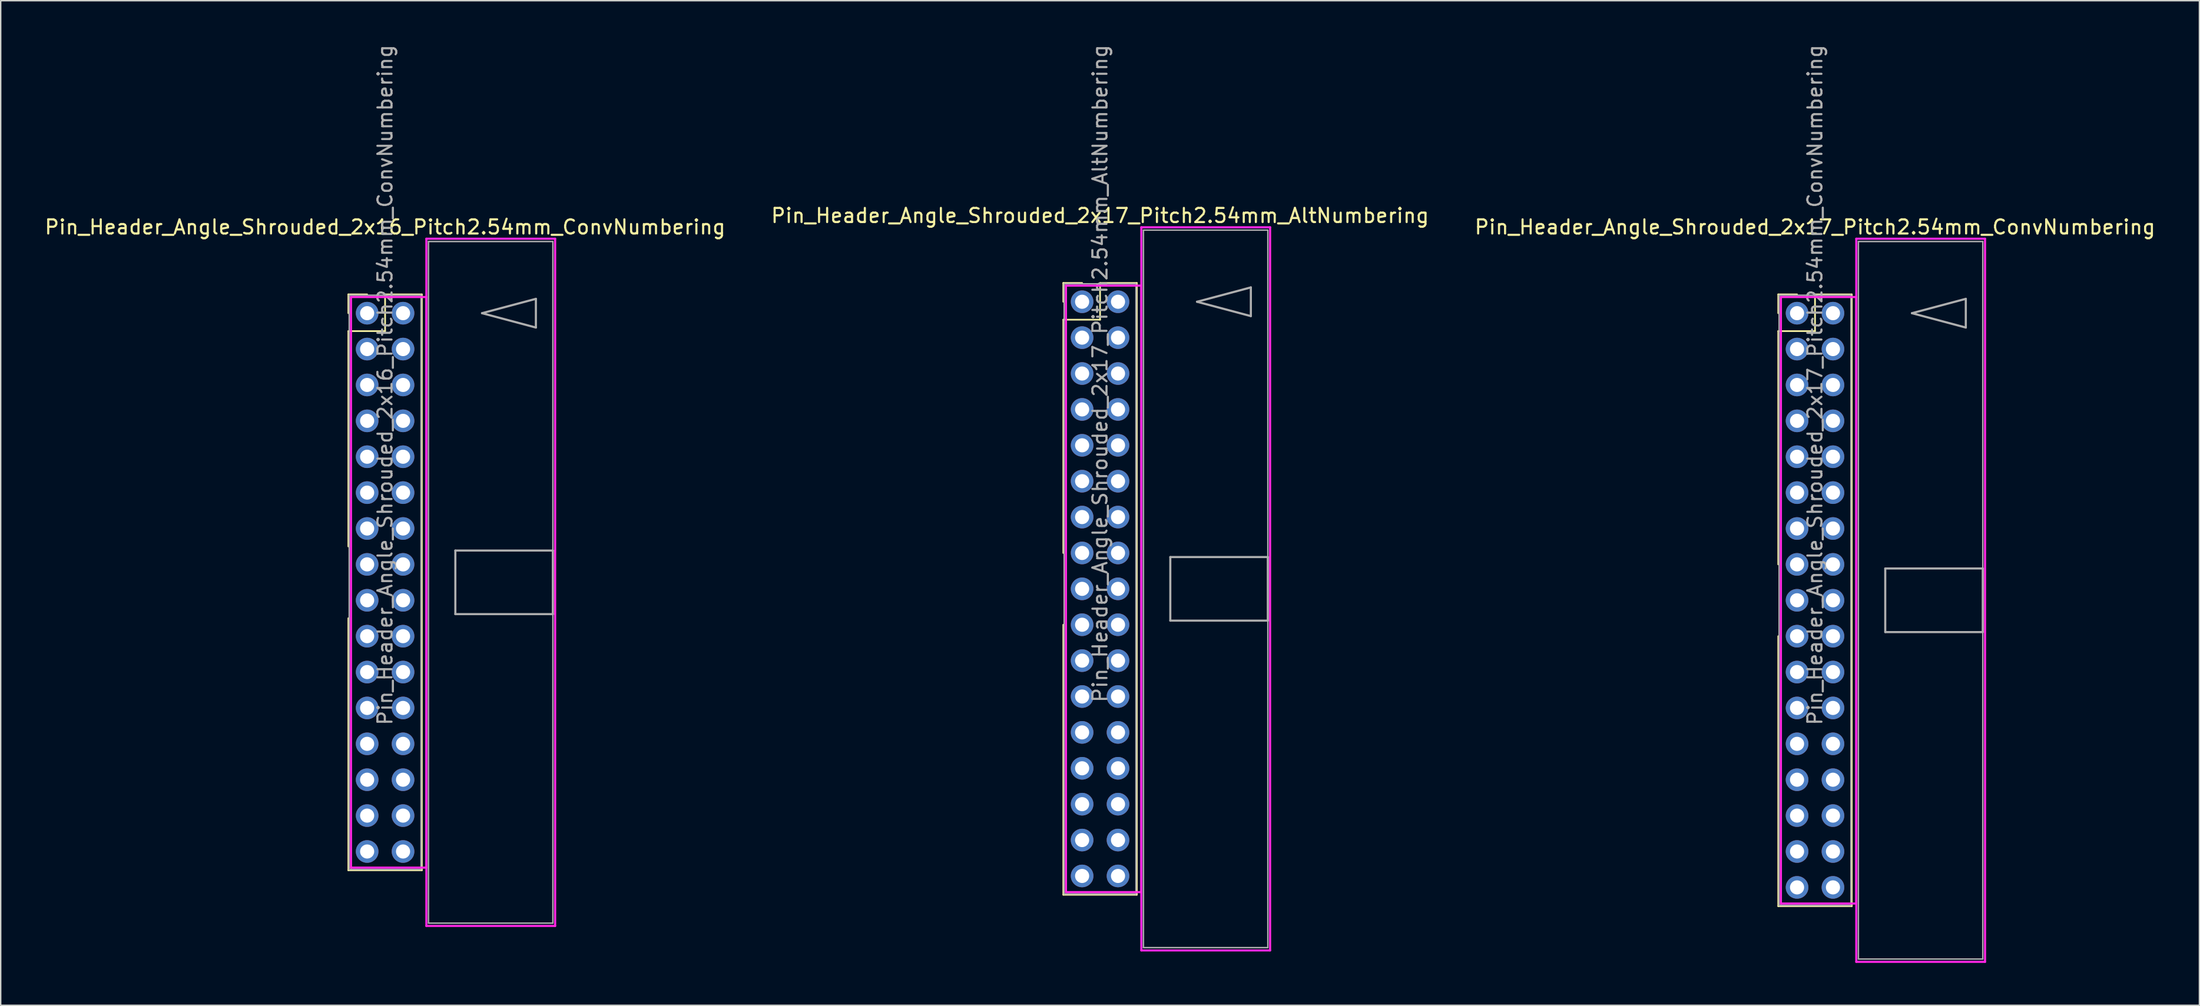
<source format=kicad_pcb>
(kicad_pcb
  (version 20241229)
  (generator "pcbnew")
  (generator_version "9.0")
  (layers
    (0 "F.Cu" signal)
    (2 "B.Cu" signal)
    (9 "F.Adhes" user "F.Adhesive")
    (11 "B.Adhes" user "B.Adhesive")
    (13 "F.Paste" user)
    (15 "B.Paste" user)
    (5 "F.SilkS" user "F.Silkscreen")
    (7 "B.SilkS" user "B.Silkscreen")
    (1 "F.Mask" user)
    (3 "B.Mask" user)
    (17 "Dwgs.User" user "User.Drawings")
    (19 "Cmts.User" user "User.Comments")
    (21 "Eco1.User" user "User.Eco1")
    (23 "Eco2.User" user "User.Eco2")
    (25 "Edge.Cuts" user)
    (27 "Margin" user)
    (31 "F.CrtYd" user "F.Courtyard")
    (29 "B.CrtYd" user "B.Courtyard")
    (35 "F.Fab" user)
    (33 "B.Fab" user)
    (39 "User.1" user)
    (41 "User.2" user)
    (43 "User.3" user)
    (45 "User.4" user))
  (footprint "Pin_Header_Angle_Shrouded_2x17_Pitch2.54mm_ConvNumbering"
    (layer "F.Cu")
    (at 124.093 19.116)
    (property "Reference" "Pin_Header_Angle_Shrouded_2x17_Pitch2.54mm_ConvNumbering" (at 1.27 -6.096 0) (layer "F.SilkS") (effects (font (size 1 1) (thickness 0.15))))
    (attr through_hole)
    (fp_line (start -1.33 -1.33) (end 0 -1.33) (stroke (width 0.12) (type solid)) (layer "F.SilkS"))
    (fp_line (start -1.33 0) (end -1.33 -1.33) (stroke (width 0.12) (type solid)) (layer "F.SilkS"))
    (fp_line (start -1.33 1.27) (end -1.33 17.78) (stroke (width 0.12) (type solid)) (layer "F.SilkS"))
    (fp_line (start -1.33 1.27) (end 1.27 1.27) (stroke (width 0.12) (type solid)) (layer "F.SilkS"))
    (fp_line (start -1.33 22.86) (end -1.33 41.97) (stroke (width 0.12) (type solid)) (layer "F.SilkS"))
    (fp_line (start -1.33 41.97) (end 3.87 41.97) (stroke (width 0.12) (type solid)) (layer "F.SilkS"))
    (fp_line (start 1.27 -1.33) (end 3.87 -1.33) (stroke (width 0.12) (type solid)) (layer "F.SilkS"))
    (fp_line (start 1.27 1.27) (end 1.27 -1.33) (stroke (width 0.12) (type solid)) (layer "F.SilkS"))
    (fp_line (start 3.87 -1.33) (end 3.87 41.97) (stroke (width 0.12) (type solid)) (layer "F.SilkS"))
    (fp_line (start -1.143 -1.143) (end -1.143 41.783) (stroke (width 0.15) (type solid)) (layer "F.CrtYd"))
    (fp_line (start -1.143 41.783) (end 4.19 41.783) (stroke (width 0.15) (type solid)) (layer "F.CrtYd"))
    (fp_line (start 4.19 -5.27) (end 4.19 45.91) (stroke (width 0.15) (type solid)) (layer "F.CrtYd"))
    (fp_line (start 4.19 -1.143) (end -1.143 -1.143) (stroke (width 0.15) (type solid)) (layer "F.CrtYd"))
    (fp_line (start 4.19 41.783) (end 4.19 -1.143) (stroke (width 0.15) (type solid)) (layer "F.CrtYd"))
    (fp_line (start 4.19 45.91) (end 13.3 45.91) (stroke (width 0.15) (type solid)) (layer "F.CrtYd"))
    (fp_line (start 13.3 -5.27) (end 4.19 -5.27) (stroke (width 0.15) (type solid)) (layer "F.CrtYd"))
    (fp_line (start 13.3 45.91) (end 13.3 -5.27) (stroke (width 0.15) (type solid)) (layer "F.CrtYd"))
    (fp_line (start -1.27 -1.27) (end -1.27 41.91) (stroke (width 0.1) (type solid)) (layer "F.Fab"))
    (fp_line (start -1.27 41.91) (end 3.81 41.91) (stroke (width 0.1) (type solid)) (layer "F.Fab"))
    (fp_line (start 3.81 -1.27) (end -1.27 -1.27) (stroke (width 0.1) (type solid)) (layer "F.Fab"))
    (fp_line (start 3.81 41.91) (end 3.81 -1.27) (stroke (width 0.1) (type solid)) (layer "F.Fab"))
    (fp_line (start 4.34 -5.07) (end 4.34 45.71) (stroke (width 0.1) (type solid)) (layer "F.Fab"))
    (fp_line (start 4.34 45.71) (end 13.14 45.71) (stroke (width 0.1) (type solid)) (layer "F.Fab"))
    (fp_line (start 6.24 18.07) (end 6.24 22.57) (stroke (width 0.15) (type solid)) (layer "F.Fab"))
    (fp_line (start 6.24 22.57) (end 13.14 22.57) (stroke (width 0.15) (type solid)) (layer "F.Fab"))
    (fp_line (start 8.128 0) (end 11.938 -1.016) (stroke (width 0.15) (type solid)) (layer "F.Fab"))
    (fp_line (start 11.938 -1.016) (end 11.938 1.016) (stroke (width 0.15) (type solid)) (layer "F.Fab"))
    (fp_line (start 11.938 1.016) (end 8.128 0) (stroke (width 0.15) (type solid)) (layer "F.Fab"))
    (fp_line (start 13.14 -5.07) (end 4.34 -5.07) (stroke (width 0.1) (type solid)) (layer "F.Fab"))
    (fp_line (start 13.14 18.07) (end 6.24 18.07) (stroke (width 0.15) (type solid)) (layer "F.Fab"))
    (fp_line (start 13.14 22.57) (end 13.14 18.07) (stroke (width 0.15) (type solid)) (layer "F.Fab"))
    (fp_line (start 13.14 45.71) (end 13.14 -5.07) (stroke (width 0.1) (type solid)) (layer "F.Fab"))
    (fp_text user "${REFERENCE}" (at 1.27 5.08 90) (layer "F.Fab") (effects (font (size 1 1) (thickness 0.15))))
    (pad "1" thru_hole oval (at 0 0) (size 1.6 1.6) (drill 1) (layers "*.Cu" "*.Mask"))
    (pad "2" thru_hole oval (at 2.54 0) (size 1.6 1.6) (drill 1) (layers "*.Cu" "*.Mask"))
    (pad "3" thru_hole oval (at 0 2.54) (size 1.6 1.6) (drill 1) (layers "*.Cu" "*.Mask"))
    (pad "4" thru_hole oval (at 2.54 2.54) (size 1.6 1.6) (drill 1) (layers "*.Cu" "*.Mask"))
    (pad "5" thru_hole oval (at 0 5.08) (size 1.6 1.6) (drill 1) (layers "*.Cu" "*.Mask"))
    (pad "6" thru_hole oval (at 2.54 5.08) (size 1.6 1.6) (drill 1) (layers "*.Cu" "*.Mask"))
    (pad "7" thru_hole oval (at 0 7.62) (size 1.6 1.6) (drill 1) (layers "*.Cu" "*.Mask"))
    (pad "8" thru_hole oval (at 2.54 7.62) (size 1.6 1.6) (drill 1) (layers "*.Cu" "*.Mask"))
    (pad "9" thru_hole oval (at 0 10.16) (size 1.6 1.6) (drill 1) (layers "*.Cu" "*.Mask"))
    (pad "10" thru_hole oval (at 2.54 10.16) (size 1.6 1.6) (drill 1) (layers "*.Cu" "*.Mask"))
    (pad "11" thru_hole oval (at 0 12.7) (size 1.6 1.6) (drill 1) (layers "*.Cu" "*.Mask"))
    (pad "12" thru_hole oval (at 2.54 12.7) (size 1.6 1.6) (drill 1) (layers "*.Cu" "*.Mask"))
    (pad "13" thru_hole oval (at 0 15.24) (size 1.6 1.6) (drill 1) (layers "*.Cu" "*.Mask"))
    (pad "14" thru_hole oval (at 2.54 15.24) (size 1.6 1.6) (drill 1) (layers "*.Cu" "*.Mask"))
    (pad "15" thru_hole oval (at 0 17.78) (size 1.6 1.6) (drill 1) (layers "*.Cu" "*.Mask"))
    (pad "16" thru_hole oval (at 2.54 17.78) (size 1.6 1.6) (drill 1) (layers "*.Cu" "*.Mask"))
    (pad "17" thru_hole oval (at 0 20.32) (size 1.6 1.6) (drill 1) (layers "*.Cu" "*.Mask"))
    (pad "18" thru_hole oval (at 2.54 20.32) (size 1.6 1.6) (drill 1) (layers "*.Cu" "*.Mask"))
    (pad "19" thru_hole oval (at 0 22.86) (size 1.6 1.6) (drill 1) (layers "*.Cu" "*.Mask"))
    (pad "20" thru_hole oval (at 2.54 22.86) (size 1.6 1.6) (drill 1) (layers "*.Cu" "*.Mask"))
    (pad "21" thru_hole oval (at 0 25.4) (size 1.6 1.6) (drill 1) (layers "*.Cu" "*.Mask"))
    (pad "22" thru_hole oval (at 2.54 25.4) (size 1.6 1.6) (drill 1) (layers "*.Cu" "*.Mask"))
    (pad "23" thru_hole oval (at 0 27.94) (size 1.6 1.6) (drill 1) (layers "*.Cu" "*.Mask"))
    (pad "24" thru_hole oval (at 2.54 27.94) (size 1.6 1.6) (drill 1) (layers "*.Cu" "*.Mask"))
    (pad "25" thru_hole oval (at 0 30.48) (size 1.6 1.6) (drill 1) (layers "*.Cu" "*.Mask"))
    (pad "26" thru_hole oval (at 2.54 30.48) (size 1.6 1.6) (drill 1) (layers "*.Cu" "*.Mask"))
    (pad "27" thru_hole oval (at 0 33.02) (size 1.6 1.6) (drill 1) (layers "*.Cu" "*.Mask"))
    (pad "28" thru_hole oval (at 2.54 33.02) (size 1.6 1.6) (drill 1) (layers "*.Cu" "*.Mask"))
    (pad "29" thru_hole oval (at 0 35.56) (size 1.6 1.6) (drill 1) (layers "*.Cu" "*.Mask"))
    (pad "30" thru_hole oval (at 2.54 35.56) (size 1.6 1.6) (drill 1) (layers "*.Cu" "*.Mask"))
    (pad "31" thru_hole oval (at 0 38.1) (size 1.6 1.6) (drill 1) (layers "*.Cu" "*.Mask"))
    (pad "32" thru_hole oval (at 2.54 38.1) (size 1.6 1.6) (drill 1) (layers "*.Cu" "*.Mask"))
    (pad "33" thru_hole oval (at 0 40.64) (size 1.6 1.6) (drill 1) (layers "*.Cu" "*.Mask"))
    (pad "34" thru_hole oval (at 2.54 40.64) (size 1.6 1.6) (drill 1) (layers "*.Cu" "*.Mask")))
  (footprint "Pin_Header_Angle_Shrouded_2x16_Pitch2.54mm_ConvNumbering"
    (layer "F.Cu")
    (at 22.926 19.116)
    (property "Reference" "Pin_Header_Angle_Shrouded_2x16_Pitch2.54mm_ConvNumbering" (at 1.27 -6.096 0) (layer "F.SilkS") (effects (font (size 1 1) (thickness 0.15))))
    (attr through_hole)
    (fp_line (start -1.33 -1.33) (end 0 -1.33) (stroke (width 0.12) (type solid)) (layer "F.SilkS"))
    (fp_line (start -1.33 0) (end -1.33 -1.33) (stroke (width 0.12) (type solid)) (layer "F.SilkS"))
    (fp_line (start -1.33 1.27) (end -1.33 16.51) (stroke (width 0.12) (type solid)) (layer "F.SilkS"))
    (fp_line (start -1.33 1.27) (end 1.27 1.27) (stroke (width 0.12) (type solid)) (layer "F.SilkS"))
    (fp_line (start -1.33 21.59) (end -1.33 39.43) (stroke (width 0.12) (type solid)) (layer "F.SilkS"))
    (fp_line (start -1.33 39.43) (end 3.87 39.43) (stroke (width 0.12) (type solid)) (layer "F.SilkS"))
    (fp_line (start 1.27 -1.33) (end 3.87 -1.33) (stroke (width 0.12) (type solid)) (layer "F.SilkS"))
    (fp_line (start 1.27 1.27) (end 1.27 -1.33) (stroke (width 0.12) (type solid)) (layer "F.SilkS"))
    (fp_line (start 3.87 -1.33) (end 3.87 39.43) (stroke (width 0.12) (type solid)) (layer "F.SilkS"))
    (fp_line (start -1.143 -1.143) (end -1.143 39.243) (stroke (width 0.15) (type solid)) (layer "F.CrtYd"))
    (fp_line (start -1.143 39.243) (end 4.19 39.243) (stroke (width 0.15) (type solid)) (layer "F.CrtYd"))
    (fp_line (start 4.19 -5.27) (end 4.19 43.37) (stroke (width 0.15) (type solid)) (layer "F.CrtYd"))
    (fp_line (start 4.19 -1.143) (end -1.143 -1.143) (stroke (width 0.15) (type solid)) (layer "F.CrtYd"))
    (fp_line (start 4.19 39.243) (end 4.19 -1.143) (stroke (width 0.15) (type solid)) (layer "F.CrtYd"))
    (fp_line (start 4.19 43.37) (end 13.3 43.37) (stroke (width 0.15) (type solid)) (layer "F.CrtYd"))
    (fp_line (start 13.3 -5.27) (end 4.19 -5.27) (stroke (width 0.15) (type solid)) (layer "F.CrtYd"))
    (fp_line (start 13.3 43.37) (end 13.3 -5.27) (stroke (width 0.15) (type solid)) (layer "F.CrtYd"))
    (fp_line (start -1.27 -1.27) (end -1.27 39.37) (stroke (width 0.1) (type solid)) (layer "F.Fab"))
    (fp_line (start -1.27 39.37) (end 3.81 39.37) (stroke (width 0.1) (type solid)) (layer "F.Fab"))
    (fp_line (start 3.81 -1.27) (end -1.27 -1.27) (stroke (width 0.1) (type solid)) (layer "F.Fab"))
    (fp_line (start 3.81 39.37) (end 3.81 -1.27) (stroke (width 0.1) (type solid)) (layer "F.Fab"))
    (fp_line (start 4.34 -5.07) (end 4.34 43.17) (stroke (width 0.1) (type solid)) (layer "F.Fab"))
    (fp_line (start 4.34 43.17) (end 13.14 43.17) (stroke (width 0.1) (type solid)) (layer "F.Fab"))
    (fp_line (start 6.24 16.8) (end 6.24 21.3) (stroke (width 0.15) (type solid)) (layer "F.Fab"))
    (fp_line (start 6.24 21.3) (end 13.14 21.3) (stroke (width 0.15) (type solid)) (layer "F.Fab"))
    (fp_line (start 8.128 0) (end 11.938 -1.016) (stroke (width 0.15) (type solid)) (layer "F.Fab"))
    (fp_line (start 11.938 -1.016) (end 11.938 1.016) (stroke (width 0.15) (type solid)) (layer "F.Fab"))
    (fp_line (start 11.938 1.016) (end 8.128 0) (stroke (width 0.15) (type solid)) (layer "F.Fab"))
    (fp_line (start 13.14 -5.07) (end 4.34 -5.07) (stroke (width 0.1) (type solid)) (layer "F.Fab"))
    (fp_line (start 13.14 16.8) (end 6.24 16.8) (stroke (width 0.15) (type solid)) (layer "F.Fab"))
    (fp_line (start 13.14 21.3) (end 13.14 16.8) (stroke (width 0.15) (type solid)) (layer "F.Fab"))
    (fp_line (start 13.14 43.17) (end 13.14 -5.07) (stroke (width 0.1) (type solid)) (layer "F.Fab"))
    (fp_text user "${REFERENCE}" (at 1.27 5.08 90) (layer "F.Fab") (effects (font (size 1 1) (thickness 0.15))))
    (pad "1" thru_hole oval (at 0 0) (size 1.6 1.6) (drill 1) (layers "*.Cu" "*.Mask"))
    (pad "2" thru_hole oval (at 2.54 0) (size 1.6 1.6) (drill 1) (layers "*.Cu" "*.Mask"))
    (pad "3" thru_hole oval (at 0 2.54) (size 1.6 1.6) (drill 1) (layers "*.Cu" "*.Mask"))
    (pad "4" thru_hole oval (at 2.54 2.54) (size 1.6 1.6) (drill 1) (layers "*.Cu" "*.Mask"))
    (pad "5" thru_hole oval (at 0 5.08) (size 1.6 1.6) (drill 1) (layers "*.Cu" "*.Mask"))
    (pad "6" thru_hole oval (at 2.54 5.08) (size 1.6 1.6) (drill 1) (layers "*.Cu" "*.Mask"))
    (pad "7" thru_hole oval (at 0 7.62) (size 1.6 1.6) (drill 1) (layers "*.Cu" "*.Mask"))
    (pad "8" thru_hole oval (at 2.54 7.62) (size 1.6 1.6) (drill 1) (layers "*.Cu" "*.Mask"))
    (pad "9" thru_hole oval (at 0 10.16) (size 1.6 1.6) (drill 1) (layers "*.Cu" "*.Mask"))
    (pad "10" thru_hole oval (at 2.54 10.16) (size 1.6 1.6) (drill 1) (layers "*.Cu" "*.Mask"))
    (pad "11" thru_hole oval (at 0 12.7) (size 1.6 1.6) (drill 1) (layers "*.Cu" "*.Mask"))
    (pad "12" thru_hole oval (at 2.54 12.7) (size 1.6 1.6) (drill 1) (layers "*.Cu" "*.Mask"))
    (pad "13" thru_hole oval (at 0 15.24) (size 1.6 1.6) (drill 1) (layers "*.Cu" "*.Mask"))
    (pad "14" thru_hole oval (at 2.54 15.24) (size 1.6 1.6) (drill 1) (layers "*.Cu" "*.Mask"))
    (pad "15" thru_hole oval (at 0 17.78) (size 1.6 1.6) (drill 1) (layers "*.Cu" "*.Mask"))
    (pad "16" thru_hole oval (at 2.54 17.78) (size 1.6 1.6) (drill 1) (layers "*.Cu" "*.Mask"))
    (pad "17" thru_hole oval (at 0 20.32) (size 1.6 1.6) (drill 1) (layers "*.Cu" "*.Mask"))
    (pad "18" thru_hole oval (at 2.54 20.32) (size 1.6 1.6) (drill 1) (layers "*.Cu" "*.Mask"))
    (pad "19" thru_hole oval (at 0 22.86) (size 1.6 1.6) (drill 1) (layers "*.Cu" "*.Mask"))
    (pad "20" thru_hole oval (at 2.54 22.86) (size 1.6 1.6) (drill 1) (layers "*.Cu" "*.Mask"))
    (pad "21" thru_hole oval (at 0 25.4) (size 1.6 1.6) (drill 1) (layers "*.Cu" "*.Mask"))
    (pad "22" thru_hole oval (at 2.54 25.4) (size 1.6 1.6) (drill 1) (layers "*.Cu" "*.Mask"))
    (pad "23" thru_hole oval (at 0 27.94) (size 1.6 1.6) (drill 1) (layers "*.Cu" "*.Mask"))
    (pad "24" thru_hole oval (at 2.54 27.94) (size 1.6 1.6) (drill 1) (layers "*.Cu" "*.Mask"))
    (pad "25" thru_hole oval (at 0 30.48) (size 1.6 1.6) (drill 1) (layers "*.Cu" "*.Mask"))
    (pad "26" thru_hole oval (at 2.54 30.48) (size 1.6 1.6) (drill 1) (layers "*.Cu" "*.Mask"))
    (pad "27" thru_hole oval (at 0 33.02) (size 1.6 1.6) (drill 1) (layers "*.Cu" "*.Mask"))
    (pad "28" thru_hole oval (at 2.54 33.02) (size 1.6 1.6) (drill 1) (layers "*.Cu" "*.Mask"))
    (pad "29" thru_hole oval (at 0 35.56) (size 1.6 1.6) (drill 1) (layers "*.Cu" "*.Mask"))
    (pad "30" thru_hole oval (at 2.54 35.56) (size 1.6 1.6) (drill 1) (layers "*.Cu" "*.Mask"))
    (pad "31" thru_hole oval (at 0 38.1) (size 1.6 1.6) (drill 1) (layers "*.Cu" "*.Mask"))
    (pad "32" thru_hole oval (at 2.54 38.1) (size 1.6 1.6) (drill 1) (layers "*.Cu" "*.Mask")))
  (footprint "Pin_Header_Angle_Shrouded_2x17_Pitch2.54mm_AltNumbering"
    (layer "F.Cu")
    (at 73.51 18.307)
    (property "Reference" "Pin_Header_Angle_Shrouded_2x17_Pitch2.54mm_AltNumbering" (at 1.27 -6.096 0) (layer "F.SilkS") (effects (font (size 1 1) (thickness 0.15))))
    (attr through_hole)
    (fp_line (start -1.33 -1.33) (end 0 -1.33) (stroke (width 0.12) (type solid)) (layer "F.SilkS"))
    (fp_line (start -1.33 0) (end -1.33 -1.33) (stroke (width 0.12) (type solid)) (layer "F.SilkS"))
    (fp_line (start -1.33 1.27) (end -1.33 17.78) (stroke (width 0.12) (type solid)) (layer "F.SilkS"))
    (fp_line (start -1.33 1.27) (end 1.27 1.27) (stroke (width 0.12) (type solid)) (layer "F.SilkS"))
    (fp_line (start -1.33 22.86) (end -1.33 41.97) (stroke (width 0.12) (type solid)) (layer "F.SilkS"))
    (fp_line (start -1.33 41.97) (end 3.87 41.97) (stroke (width 0.12) (type solid)) (layer "F.SilkS"))
    (fp_line (start 1.27 -1.33) (end 3.87 -1.33) (stroke (width 0.12) (type solid)) (layer "F.SilkS"))
    (fp_line (start 1.27 1.27) (end 1.27 -1.33) (stroke (width 0.12) (type solid)) (layer "F.SilkS"))
    (fp_line (start 3.87 -1.33) (end 3.87 41.97) (stroke (width 0.12) (type solid)) (layer "F.SilkS"))
    (fp_line (start -1.143 -1.143) (end -1.143 41.783) (stroke (width 0.15) (type solid)) (layer "F.CrtYd"))
    (fp_line (start -1.143 41.783) (end 4.19 41.783) (stroke (width 0.15) (type solid)) (layer "F.CrtYd"))
    (fp_line (start 4.19 -5.27) (end 4.19 45.91) (stroke (width 0.15) (type solid)) (layer "F.CrtYd"))
    (fp_line (start 4.19 -1.143) (end -1.143 -1.143) (stroke (width 0.15) (type solid)) (layer "F.CrtYd"))
    (fp_line (start 4.19 41.783) (end 4.19 -1.143) (stroke (width 0.15) (type solid)) (layer "F.CrtYd"))
    (fp_line (start 4.19 45.91) (end 13.3 45.91) (stroke (width 0.15) (type solid)) (layer "F.CrtYd"))
    (fp_line (start 13.3 -5.27) (end 4.19 -5.27) (stroke (width 0.15) (type solid)) (layer "F.CrtYd"))
    (fp_line (start 13.3 45.91) (end 13.3 -5.27) (stroke (width 0.15) (type solid)) (layer "F.CrtYd"))
    (fp_line (start -1.27 -1.27) (end -1.27 41.91) (stroke (width 0.1) (type solid)) (layer "F.Fab"))
    (fp_line (start -1.27 41.91) (end 3.81 41.91) (stroke (width 0.1) (type solid)) (layer "F.Fab"))
    (fp_line (start 3.81 -1.27) (end -1.27 -1.27) (stroke (width 0.1) (type solid)) (layer "F.Fab"))
    (fp_line (start 3.81 41.91) (end 3.81 -1.27) (stroke (width 0.1) (type solid)) (layer "F.Fab"))
    (fp_line (start 4.34 -5.07) (end 4.34 45.71) (stroke (width 0.1) (type solid)) (layer "F.Fab"))
    (fp_line (start 4.34 45.71) (end 13.14 45.71) (stroke (width 0.1) (type solid)) (layer "F.Fab"))
    (fp_line (start 6.24 18.07) (end 6.24 22.57) (stroke (width 0.15) (type solid)) (layer "F.Fab"))
    (fp_line (start 6.24 22.57) (end 13.14 22.57) (stroke (width 0.15) (type solid)) (layer "F.Fab"))
    (fp_line (start 8.128 0) (end 11.938 -1.016) (stroke (width 0.15) (type solid)) (layer "F.Fab"))
    (fp_line (start 11.938 -1.016) (end 11.938 1.016) (stroke (width 0.15) (type solid)) (layer "F.Fab"))
    (fp_line (start 11.938 1.016) (end 8.128 0) (stroke (width 0.15) (type solid)) (layer "F.Fab"))
    (fp_line (start 13.14 -5.07) (end 4.34 -5.07) (stroke (width 0.1) (type solid)) (layer "F.Fab"))
    (fp_line (start 13.14 18.07) (end 6.24 18.07) (stroke (width 0.15) (type solid)) (layer "F.Fab"))
    (fp_line (start 13.14 22.57) (end 13.14 18.07) (stroke (width 0.15) (type solid)) (layer "F.Fab"))
    (fp_line (start 13.14 45.71) (end 13.14 -5.07) (stroke (width 0.1) (type solid)) (layer "F.Fab"))
    (fp_text user "${REFERENCE}" (at 1.27 5.08 90) (layer "F.Fab") (effects (font (size 1 1) (thickness 0.15))))
    (pad "1" thru_hole oval (at 0 0) (size 1.6 1.6) (drill 1) (layers "*.Cu" "*.Mask"))
    (pad "2" thru_hole oval (at 0 2.54) (size 1.6 1.6) (drill 1) (layers "*.Cu" "*.Mask"))
    (pad "3" thru_hole oval (at 0 5.08) (size 1.6 1.6) (drill 1) (layers "*.Cu" "*.Mask"))
    (pad "4" thru_hole oval (at 0 7.62) (size 1.6 1.6) (drill 1) (layers "*.Cu" "*.Mask"))
    (pad "5" thru_hole oval (at 0 10.16) (size 1.6 1.6) (drill 1) (layers "*.Cu" "*.Mask"))
    (pad "6" thru_hole oval (at 0 12.7) (size 1.6 1.6) (drill 1) (layers "*.Cu" "*.Mask"))
    (pad "7" thru_hole oval (at 0 15.24) (size 1.6 1.6) (drill 1) (layers "*.Cu" "*.Mask"))
    (pad "8" thru_hole oval (at 0 17.78) (size 1.6 1.6) (drill 1) (layers "*.Cu" "*.Mask"))
    (pad "9" thru_hole oval (at 0 20.32) (size 1.6 1.6) (drill 1) (layers "*.Cu" "*.Mask"))
    (pad "10" thru_hole oval (at 0 22.86) (size 1.6 1.6) (drill 1) (layers "*.Cu" "*.Mask"))
    (pad "11" thru_hole oval (at 0 25.4) (size 1.6 1.6) (drill 1) (layers "*.Cu" "*.Mask"))
    (pad "12" thru_hole oval (at 0 27.94) (size 1.6 1.6) (drill 1) (layers "*.Cu" "*.Mask"))
    (pad "13" thru_hole oval (at 0 30.48) (size 1.6 1.6) (drill 1) (layers "*.Cu" "*.Mask"))
    (pad "14" thru_hole oval (at 0 33.02) (size 1.6 1.6) (drill 1) (layers "*.Cu" "*.Mask"))
    (pad "15" thru_hole oval (at 0 35.56) (size 1.6 1.6) (drill 1) (layers "*.Cu" "*.Mask"))
    (pad "16" thru_hole oval (at 0 38.1) (size 1.6 1.6) (drill 1) (layers "*.Cu" "*.Mask"))
    (pad "17" thru_hole oval (at 0 40.64) (size 1.6 1.6) (drill 1) (layers "*.Cu" "*.Mask"))
    (pad "18" thru_hole oval (at 2.54 0) (size 1.6 1.6) (drill 1) (layers "*.Cu" "*.Mask"))
    (pad "19" thru_hole oval (at 2.54 2.54) (size 1.6 1.6) (drill 1) (layers "*.Cu" "*.Mask"))
    (pad "20" thru_hole oval (at 2.54 5.08) (size 1.6 1.6) (drill 1) (layers "*.Cu" "*.Mask"))
    (pad "21" thru_hole oval (at 2.54 7.62) (size 1.6 1.6) (drill 1) (layers "*.Cu" "*.Mask"))
    (pad "22" thru_hole oval (at 2.54 10.16) (size 1.6 1.6) (drill 1) (layers "*.Cu" "*.Mask"))
    (pad "23" thru_hole oval (at 2.54 12.7) (size 1.6 1.6) (drill 1) (layers "*.Cu" "*.Mask"))
    (pad "24" thru_hole oval (at 2.54 15.24) (size 1.6 1.6) (drill 1) (layers "*.Cu" "*.Mask"))
    (pad "25" thru_hole oval (at 2.54 17.78) (size 1.6 1.6) (drill 1) (layers "*.Cu" "*.Mask"))
    (pad "26" thru_hole oval (at 2.54 20.32) (size 1.6 1.6) (drill 1) (layers "*.Cu" "*.Mask"))
    (pad "27" thru_hole oval (at 2.54 22.86) (size 1.6 1.6) (drill 1) (layers "*.Cu" "*.Mask"))
    (pad "28" thru_hole oval (at 2.54 25.4) (size 1.6 1.6) (drill 1) (layers "*.Cu" "*.Mask"))
    (pad "29" thru_hole oval (at 2.54 27.94) (size 1.6 1.6) (drill 1) (layers "*.Cu" "*.Mask"))
    (pad "30" thru_hole oval (at 2.54 30.48) (size 1.6 1.6) (drill 1) (layers "*.Cu" "*.Mask"))
    (pad "31" thru_hole oval (at 2.54 33.02) (size 1.6 1.6) (drill 1) (layers "*.Cu" "*.Mask"))
    (pad "32" thru_hole oval (at 2.54 35.56) (size 1.6 1.6) (drill 1) (layers "*.Cu" "*.Mask"))
    (pad "33" thru_hole oval (at 2.54 38.1) (size 1.6 1.6) (drill 1) (layers "*.Cu" "*.Mask"))
    (pad "34" thru_hole oval (at 2.54 40.64) (size 1.6 1.6) (drill 1) (layers "*.Cu" "*.Mask")))
  (gr_rect
    (start -3 -3)
    (end 152.56 68.101)
    (stroke (width 0.1) (type default))
    (fill no)
    (layer "Edge.Cuts")))
</source>
